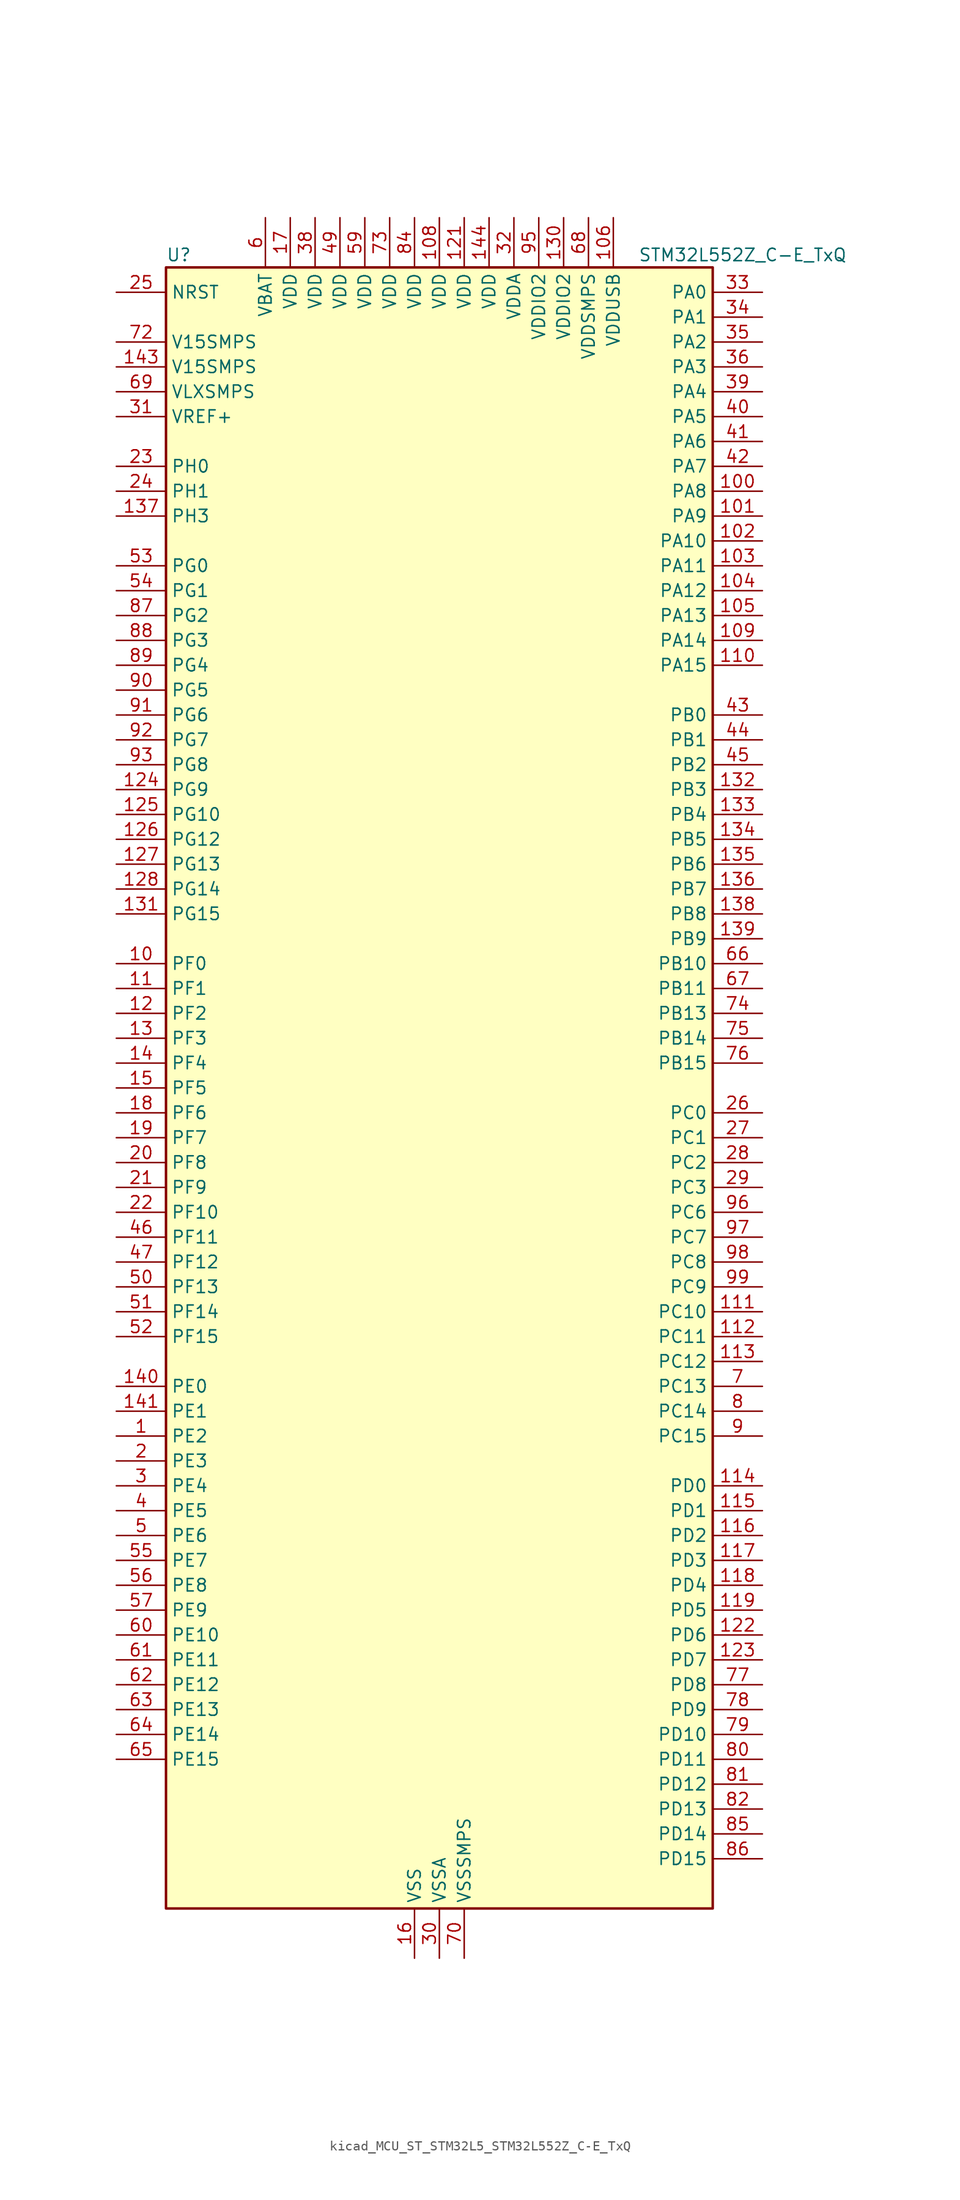
<source format=kicad_sym>
(kicad_symbol_lib
  (version 20220914)
  (generator kicad_symbol_editor)
  (symbol "kicad_MCU_ST_STM32L5_STM32L552Z_C-E_TxQ"
    (property "Reference" "U"
      (at -27.94 85.09 0)
      (effects (font (size 1.27 1.27)) (justify left)))
    (property "Value" "STM32L552Z_C-E_TxQ"
      (at 20.32 85.09 0)
      (effects (font (size 1.27 1.27)) (justify left)))
    (property "ki_locked" ""
      (at 0 0 0)
      (effects (font (size 1.27 1.27))))
    (symbol "kicad_MCU_ST_STM32L5_STM32L552Z_C-E_TxQ_0_1"
      (rectangle (start -27.94 -83.82) (end 27.94 83.82) (stroke (width 0.254) (type default)) (fill (type background))))
    (symbol "kicad_MCU_ST_STM32L5_STM32L552Z_C-E_TxQ_1_1"
      (pin bidirectional line (at -33.02 -35.56 0) (length 5.08) (name "PE2" (effects (font (size 1.27 1.27)))) (number "1" (effects (font (size 1.27 1.27)))) (alternate "DEBUG_TRACECLK" bidirectional line) (alternate "FMC_A23" bidirectional line) (alternate "SAI1_CK1" bidirectional line) (alternate "SAI1_MCLK_A" bidirectional line) (alternate "TIM3_ETR" bidirectional line) (alternate "TSC_G7_IO1" bidirectional line))
      (pin bidirectional line (at -33.02 12.7 0) (length 5.08) (name "PF0" (effects (font (size 1.27 1.27)))) (number "10" (effects (font (size 1.27 1.27)))) (alternate "FMC_A0" bidirectional line) (alternate "I2C2_SDA" bidirectional line))
      (pin bidirectional line (at 33.02 60.96 180) (length 5.08) (name "PA8" (effects (font (size 1.27 1.27)))) (number "100" (effects (font (size 1.27 1.27)))) (alternate "LPTIM2_OUT" bidirectional line) (alternate "RCC_MCO" bidirectional line) (alternate "SAI1_CK2" bidirectional line) (alternate "SAI1_SCK_A" bidirectional line) (alternate "TIM1_CH1" bidirectional line) (alternate "USART1_CK" bidirectional line))
      (pin bidirectional line (at 33.02 58.42 180) (length 5.08) (name "PA9" (effects (font (size 1.27 1.27)))) (number "101" (effects (font (size 1.27 1.27)))) (alternate "DAC1_EXTI9" bidirectional line) (alternate "SAI1_FS_A" bidirectional line) (alternate "SPI2_SCK" bidirectional line) (alternate "TIM15_BKIN" bidirectional line) (alternate "TIM1_CH2" bidirectional line) (alternate "USART1_TX" bidirectional line))
      (pin bidirectional line (at 33.02 55.88 180) (length 5.08) (name "PA10" (effects (font (size 1.27 1.27)))) (number "102" (effects (font (size 1.27 1.27)))) (alternate "CRS_SYNC" bidirectional line) (alternate "SAI1_D1" bidirectional line) (alternate "SAI1_SD_A" bidirectional line) (alternate "TIM17_BKIN" bidirectional line) (alternate "TIM1_CH3" bidirectional line) (alternate "USART1_RX" bidirectional line))
      (pin bidirectional line (at 33.02 53.34 180) (length 5.08) (name "PA11" (effects (font (size 1.27 1.27)))) (number "103" (effects (font (size 1.27 1.27)))) (alternate "ADC1_EXTI11" bidirectional line) (alternate "ADC2_EXTI11" bidirectional line) (alternate "FDCAN1_RX" bidirectional line) (alternate "SPI1_MISO" bidirectional line) (alternate "TIM1_BKIN2" bidirectional line) (alternate "TIM1_CH4" bidirectional line) (alternate "USART1_CTS" bidirectional line) (alternate "USART1_NSS" bidirectional line) (alternate "USB_DM" bidirectional line))
      (pin bidirectional line (at 33.02 50.8 180) (length 5.08) (name "PA12" (effects (font (size 1.27 1.27)))) (number "104" (effects (font (size 1.27 1.27)))) (alternate "FDCAN1_TX" bidirectional line) (alternate "SPI1_MOSI" bidirectional line) (alternate "TIM1_ETR" bidirectional line) (alternate "USART1_DE" bidirectional line) (alternate "USART1_RTS" bidirectional line) (alternate "USB_DP" bidirectional line))
      (pin bidirectional line (at 33.02 48.26 180) (length 5.08) (name "PA13" (effects (font (size 1.27 1.27)))) (number "105" (effects (font (size 1.27 1.27)))) (alternate "DEBUG_JTMS-SWDIO" bidirectional line) (alternate "IR_OUT" bidirectional line) (alternate "SAI1_SD_B" bidirectional line) (alternate "USB_NOE" bidirectional line))
      (pin power_in line (at 17.78 88.9 270) (length 5.08) (name "VDDUSB" (effects (font (size 1.27 1.27)))) (number "106" (effects (font (size 1.27 1.27)))))
      (pin passive line (at -2.54 -88.9 90) (length 5.08) hide (name "VSS" (effects (font (size 1.27 1.27)))) (number "107" (effects (font (size 1.27 1.27)))))
      (pin power_in line (at 0 88.9 270) (length 5.08) (name "VDD" (effects (font (size 1.27 1.27)))) (number "108" (effects (font (size 1.27 1.27)))))
      (pin bidirectional line (at 33.02 45.72 180) (length 5.08) (name "PA14" (effects (font (size 1.27 1.27)))) (number "109" (effects (font (size 1.27 1.27)))) (alternate "DEBUG_JTCK-SWCLK" bidirectional line) (alternate "I2C1_SMBA" bidirectional line) (alternate "I2C4_SMBA" bidirectional line) (alternate "LPTIM1_OUT" bidirectional line) (alternate "SAI1_FS_B" bidirectional line))
      (pin bidirectional line (at -33.02 10.16 0) (length 5.08) (name "PF1" (effects (font (size 1.27 1.27)))) (number "11" (effects (font (size 1.27 1.27)))) (alternate "FMC_A1" bidirectional line) (alternate "I2C2_SCL" bidirectional line))
      (pin bidirectional line (at 33.02 43.18 180) (length 5.08) (name "PA15" (effects (font (size 1.27 1.27)))) (number "110" (effects (font (size 1.27 1.27)))) (alternate "ADC1_EXTI15" bidirectional line) (alternate "ADC2_EXTI15" bidirectional line) (alternate "DEBUG_JTDI" bidirectional line) (alternate "SAI2_FS_B" bidirectional line) (alternate "SPI1_NSS" bidirectional line) (alternate "SPI3_NSS" bidirectional line) (alternate "TIM2_CH1" bidirectional line) (alternate "TIM2_ETR" bidirectional line) (alternate "UART4_DE" bidirectional line) (alternate "UART4_RTS" bidirectional line) (alternate "UCPD1_CC1" bidirectional line) (alternate "USART2_RX" bidirectional line) (alternate "USART3_DE" bidirectional line) (alternate "USART3_RTS" bidirectional line))
      (pin bidirectional line (at 33.02 -22.86 180) (length 5.08) (name "PC10" (effects (font (size 1.27 1.27)))) (number "111" (effects (font (size 1.27 1.27)))) (alternate "DEBUG_TRACED1" bidirectional line) (alternate "LPTIM3_ETR" bidirectional line) (alternate "SAI2_SCK_B" bidirectional line) (alternate "SDMMC1_D2" bidirectional line) (alternate "SPI3_SCK" bidirectional line) (alternate "TSC_G3_IO2" bidirectional line) (alternate "UART4_TX" bidirectional line) (alternate "USART3_TX" bidirectional line))
      (pin bidirectional line (at 33.02 -25.4 180) (length 5.08) (name "PC11" (effects (font (size 1.27 1.27)))) (number "112" (effects (font (size 1.27 1.27)))) (alternate "ADC1_EXTI11" bidirectional line) (alternate "ADC2_EXTI11" bidirectional line) (alternate "LPTIM3_IN1" bidirectional line) (alternate "OCTOSPI1_NCS" bidirectional line) (alternate "SAI2_MCLK_B" bidirectional line) (alternate "SDMMC1_D3" bidirectional line) (alternate "SPI3_MISO" bidirectional line) (alternate "TSC_G3_IO3" bidirectional line) (alternate "UART4_RX" bidirectional line) (alternate "UCPD1_FRSTX2" bidirectional line) (alternate "USART3_RX" bidirectional line))
      (pin bidirectional line (at 33.02 -27.94 180) (length 5.08) (name "PC12" (effects (font (size 1.27 1.27)))) (number "113" (effects (font (size 1.27 1.27)))) (alternate "DEBUG_TRACED3" bidirectional line) (alternate "SAI2_SD_B" bidirectional line) (alternate "SDMMC1_CK" bidirectional line) (alternate "SPI3_MOSI" bidirectional line) (alternate "TSC_G3_IO4" bidirectional line) (alternate "UART5_TX" bidirectional line) (alternate "USART3_CK" bidirectional line))
      (pin bidirectional line (at 33.02 -40.64 180) (length 5.08) (name "PD0" (effects (font (size 1.27 1.27)))) (number "114" (effects (font (size 1.27 1.27)))) (alternate "FDCAN1_RX" bidirectional line) (alternate "FMC_D2" bidirectional line) (alternate "FMC_DA2" bidirectional line) (alternate "SPI2_NSS" bidirectional line))
      (pin bidirectional line (at 33.02 -43.18 180) (length 5.08) (name "PD1" (effects (font (size 1.27 1.27)))) (number "115" (effects (font (size 1.27 1.27)))) (alternate "FDCAN1_TX" bidirectional line) (alternate "FMC_D3" bidirectional line) (alternate "FMC_DA3" bidirectional line) (alternate "SPI2_SCK" bidirectional line))
      (pin bidirectional line (at 33.02 -45.72 180) (length 5.08) (name "PD2" (effects (font (size 1.27 1.27)))) (number "116" (effects (font (size 1.27 1.27)))) (alternate "DEBUG_TRACED2" bidirectional line) (alternate "SDMMC1_CMD" bidirectional line) (alternate "TIM3_ETR" bidirectional line) (alternate "TSC_SYNC" bidirectional line) (alternate "UART5_RX" bidirectional line) (alternate "USART3_DE" bidirectional line) (alternate "USART3_RTS" bidirectional line))
      (pin bidirectional line (at 33.02 -48.26 180) (length 5.08) (name "PD3" (effects (font (size 1.27 1.27)))) (number "117" (effects (font (size 1.27 1.27)))) (alternate "DFSDM1_DATIN0" bidirectional line) (alternate "FMC_CLK" bidirectional line) (alternate "SPI2_MISO" bidirectional line) (alternate "SPI2_SCK" bidirectional line) (alternate "USART2_CTS" bidirectional line) (alternate "USART2_NSS" bidirectional line))
      (pin bidirectional line (at 33.02 -50.8 180) (length 5.08) (name "PD4" (effects (font (size 1.27 1.27)))) (number "118" (effects (font (size 1.27 1.27)))) (alternate "DFSDM1_CKIN0" bidirectional line) (alternate "FMC_NOE" bidirectional line) (alternate "OCTOSPI1_IO4" bidirectional line) (alternate "SPI2_MOSI" bidirectional line) (alternate "USART2_DE" bidirectional line) (alternate "USART2_RTS" bidirectional line))
      (pin bidirectional line (at 33.02 -53.34 180) (length 5.08) (name "PD5" (effects (font (size 1.27 1.27)))) (number "119" (effects (font (size 1.27 1.27)))) (alternate "FMC_NWE" bidirectional line) (alternate "OCTOSPI1_IO5" bidirectional line) (alternate "USART2_TX" bidirectional line))
      (pin bidirectional line (at -33.02 7.62 0) (length 5.08) (name "PF2" (effects (font (size 1.27 1.27)))) (number "12" (effects (font (size 1.27 1.27)))) (alternate "FMC_A2" bidirectional line) (alternate "I2C2_SMBA" bidirectional line))
      (pin passive line (at -2.54 -88.9 90) (length 5.08) hide (name "VSS" (effects (font (size 1.27 1.27)))) (number "120" (effects (font (size 1.27 1.27)))))
      (pin power_in line (at 2.54 88.9 270) (length 5.08) (name "VDD" (effects (font (size 1.27 1.27)))) (number "121" (effects (font (size 1.27 1.27)))))
      (pin bidirectional line (at 33.02 -55.88 180) (length 5.08) (name "PD6" (effects (font (size 1.27 1.27)))) (number "122" (effects (font (size 1.27 1.27)))) (alternate "DFSDM1_DATIN1" bidirectional line) (alternate "FMC_NWAIT" bidirectional line) (alternate "OCTOSPI1_IO6" bidirectional line) (alternate "SAI1_D1" bidirectional line) (alternate "SAI1_SD_A" bidirectional line) (alternate "SPI3_MOSI" bidirectional line) (alternate "USART2_RX" bidirectional line))
      (pin bidirectional line (at 33.02 -58.42 180) (length 5.08) (name "PD7" (effects (font (size 1.27 1.27)))) (number "123" (effects (font (size 1.27 1.27)))) (alternate "DFSDM1_CKIN1" bidirectional line) (alternate "FMC_NCE" bidirectional line) (alternate "FMC_NE1" bidirectional line) (alternate "OCTOSPI1_IO7" bidirectional line) (alternate "USART2_CK" bidirectional line))
      (pin bidirectional line (at -33.02 30.48 0) (length 5.08) (name "PG9" (effects (font (size 1.27 1.27)))) (number "124" (effects (font (size 1.27 1.27)))) (alternate "DAC1_EXTI9" bidirectional line) (alternate "FMC_NCE" bidirectional line) (alternate "FMC_NE2" bidirectional line) (alternate "SAI2_SCK_A" bidirectional line) (alternate "SPI3_SCK" bidirectional line) (alternate "TIM15_CH1N" bidirectional line) (alternate "USART1_TX" bidirectional line))
      (pin bidirectional line (at -33.02 27.94 0) (length 5.08) (name "PG10" (effects (font (size 1.27 1.27)))) (number "125" (effects (font (size 1.27 1.27)))) (alternate "FMC_NE3" bidirectional line) (alternate "LPTIM1_IN1" bidirectional line) (alternate "SAI2_FS_A" bidirectional line) (alternate "SPI3_MISO" bidirectional line) (alternate "TIM15_CH1" bidirectional line) (alternate "USART1_RX" bidirectional line))
      (pin bidirectional line (at -33.02 25.4 0) (length 5.08) (name "PG12" (effects (font (size 1.27 1.27)))) (number "126" (effects (font (size 1.27 1.27)))) (alternate "FMC_NE4" bidirectional line) (alternate "LPTIM1_ETR" bidirectional line) (alternate "SAI2_SD_A" bidirectional line) (alternate "SPI3_NSS" bidirectional line) (alternate "USART1_DE" bidirectional line) (alternate "USART1_RTS" bidirectional line))
      (pin bidirectional line (at -33.02 22.86 0) (length 5.08) (name "PG13" (effects (font (size 1.27 1.27)))) (number "127" (effects (font (size 1.27 1.27)))) (alternate "FMC_A24" bidirectional line) (alternate "I2C1_SDA" bidirectional line) (alternate "USART1_CK" bidirectional line))
      (pin bidirectional line (at -33.02 20.32 0) (length 5.08) (name "PG14" (effects (font (size 1.27 1.27)))) (number "128" (effects (font (size 1.27 1.27)))) (alternate "FMC_A25" bidirectional line) (alternate "I2C1_SCL" bidirectional line))
      (pin passive line (at -2.54 -88.9 90) (length 5.08) hide (name "VSS" (effects (font (size 1.27 1.27)))) (number "129" (effects (font (size 1.27 1.27)))))
      (pin bidirectional line (at -33.02 5.08 0) (length 5.08) (name "PF3" (effects (font (size 1.27 1.27)))) (number "13" (effects (font (size 1.27 1.27)))) (alternate "FMC_A3" bidirectional line) (alternate "LPTIM3_IN1" bidirectional line))
      (pin power_in line (at 12.7 88.9 270) (length 5.08) (name "VDDIO2" (effects (font (size 1.27 1.27)))) (number "130" (effects (font (size 1.27 1.27)))))
      (pin bidirectional line (at -33.02 17.78 0) (length 5.08) (name "PG15" (effects (font (size 1.27 1.27)))) (number "131" (effects (font (size 1.27 1.27)))) (alternate "ADC1_EXTI15" bidirectional line) (alternate "ADC2_EXTI15" bidirectional line) (alternate "I2C1_SMBA" bidirectional line) (alternate "LPTIM1_OUT" bidirectional line))
      (pin bidirectional line (at 33.02 30.48 180) (length 5.08) (name "PB3" (effects (font (size 1.27 1.27)))) (number "132" (effects (font (size 1.27 1.27)))) (alternate "COMP2_INM" bidirectional line) (alternate "CRS_SYNC" bidirectional line) (alternate "DEBUG_JTDO-SWO" bidirectional line) (alternate "SAI1_SCK_B" bidirectional line) (alternate "SPI1_SCK" bidirectional line) (alternate "SPI3_SCK" bidirectional line) (alternate "TIM2_CH2" bidirectional line) (alternate "USART1_DE" bidirectional line) (alternate "USART1_RTS" bidirectional line))
      (pin bidirectional line (at 33.02 27.94 180) (length 5.08) (name "PB4" (effects (font (size 1.27 1.27)))) (number "133" (effects (font (size 1.27 1.27)))) (alternate "COMP2_INP" bidirectional line) (alternate "DEBUG_JTRST" bidirectional line) (alternate "I2C3_SDA" bidirectional line) (alternate "SAI1_MCLK_B" bidirectional line) (alternate "SPI1_MISO" bidirectional line) (alternate "SPI3_MISO" bidirectional line) (alternate "TIM17_BKIN" bidirectional line) (alternate "TIM3_CH1" bidirectional line) (alternate "TSC_G2_IO1" bidirectional line) (alternate "UART5_DE" bidirectional line) (alternate "UART5_RTS" bidirectional line) (alternate "USART1_CTS" bidirectional line) (alternate "USART1_NSS" bidirectional line))
      (pin bidirectional line (at 33.02 25.4 180) (length 5.08) (name "PB5" (effects (font (size 1.27 1.27)))) (number "134" (effects (font (size 1.27 1.27)))) (alternate "COMP2_OUT" bidirectional line) (alternate "I2C1_SMBA" bidirectional line) (alternate "LPTIM1_IN1" bidirectional line) (alternate "OCTOSPI1_NCLK" bidirectional line) (alternate "SAI1_SD_B" bidirectional line) (alternate "SPI1_MOSI" bidirectional line) (alternate "SPI3_MOSI" bidirectional line) (alternate "TIM16_BKIN" bidirectional line) (alternate "TIM3_CH2" bidirectional line) (alternate "TSC_G2_IO2" bidirectional line) (alternate "UART5_CTS" bidirectional line) (alternate "UCPD1_DBCC1" bidirectional line) (alternate "USART1_CK" bidirectional line))
      (pin bidirectional line (at 33.02 22.86 180) (length 5.08) (name "PB6" (effects (font (size 1.27 1.27)))) (number "135" (effects (font (size 1.27 1.27)))) (alternate "COMP2_INP" bidirectional line) (alternate "I2C1_SCL" bidirectional line) (alternate "I2C4_SCL" bidirectional line) (alternate "LPTIM1_ETR" bidirectional line) (alternate "SAI1_FS_B" bidirectional line) (alternate "TIM16_CH1N" bidirectional line) (alternate "TIM4_CH1" bidirectional line) (alternate "TIM8_BKIN2" bidirectional line) (alternate "TSC_G2_IO3" bidirectional line) (alternate "USART1_TX" bidirectional line))
      (pin bidirectional line (at 33.02 20.32 180) (length 5.08) (name "PB7" (effects (font (size 1.27 1.27)))) (number "136" (effects (font (size 1.27 1.27)))) (alternate "COMP2_INM" bidirectional line) (alternate "FMC_NL" bidirectional line) (alternate "I2C1_SDA" bidirectional line) (alternate "I2C4_SDA" bidirectional line) (alternate "LPTIM1_IN2" bidirectional line) (alternate "PWR_PVD_IN" bidirectional line) (alternate "TIM17_CH1N" bidirectional line) (alternate "TIM4_CH2" bidirectional line) (alternate "TIM8_BKIN" bidirectional line) (alternate "TSC_G2_IO4" bidirectional line) (alternate "UART4_CTS" bidirectional line) (alternate "USART1_RX" bidirectional line))
      (pin bidirectional line (at -33.02 58.42 0) (length 5.08) (name "PH3" (effects (font (size 1.27 1.27)))) (number "137" (effects (font (size 1.27 1.27)))))
      (pin bidirectional line (at 33.02 17.78 180) (length 5.08) (name "PB8" (effects (font (size 1.27 1.27)))) (number "138" (effects (font (size 1.27 1.27)))) (alternate "DFSDM1_CKOUT" bidirectional line) (alternate "FDCAN1_RX" bidirectional line) (alternate "I2C1_SCL" bidirectional line) (alternate "SAI1_CK1" bidirectional line) (alternate "SAI1_MCLK_A" bidirectional line) (alternate "SDMMC1_CKIN" bidirectional line) (alternate "SDMMC1_D4" bidirectional line) (alternate "TIM16_CH1" bidirectional line) (alternate "TIM4_CH3" bidirectional line))
      (pin bidirectional line (at 33.02 15.24 180) (length 5.08) (name "PB9" (effects (font (size 1.27 1.27)))) (number "139" (effects (font (size 1.27 1.27)))) (alternate "DAC1_EXTI9" bidirectional line) (alternate "FDCAN1_TX" bidirectional line) (alternate "I2C1_SDA" bidirectional line) (alternate "IR_OUT" bidirectional line) (alternate "SAI1_D2" bidirectional line) (alternate "SAI1_FS_A" bidirectional line) (alternate "SDMMC1_CDIR" bidirectional line) (alternate "SDMMC1_D5" bidirectional line) (alternate "SPI2_NSS" bidirectional line) (alternate "TIM17_CH1" bidirectional line) (alternate "TIM4_CH4" bidirectional line))
      (pin bidirectional line (at -33.02 2.54 0) (length 5.08) (name "PF4" (effects (font (size 1.27 1.27)))) (number "14" (effects (font (size 1.27 1.27)))) (alternate "FMC_A4" bidirectional line) (alternate "LPTIM3_ETR" bidirectional line))
      (pin bidirectional line (at -33.02 -30.48 0) (length 5.08) (name "PE0" (effects (font (size 1.27 1.27)))) (number "140" (effects (font (size 1.27 1.27)))) (alternate "FMC_NBL0" bidirectional line) (alternate "TIM16_CH1" bidirectional line) (alternate "TIM4_ETR" bidirectional line))
      (pin bidirectional line (at -33.02 -33.02 0) (length 5.08) (name "PE1" (effects (font (size 1.27 1.27)))) (number "141" (effects (font (size 1.27 1.27)))) (alternate "FMC_NBL1" bidirectional line) (alternate "TIM17_CH1" bidirectional line))
      (pin passive line (at -2.54 -88.9 90) (length 5.08) hide (name "VSS" (effects (font (size 1.27 1.27)))) (number "142" (effects (font (size 1.27 1.27)))))
      (pin power_in line (at -33.02 73.66 0) (length 5.08) (name "V15SMPS" (effects (font (size 1.27 1.27)))) (number "143" (effects (font (size 1.27 1.27)))))
      (pin power_in line (at 5.08 88.9 270) (length 5.08) (name "VDD" (effects (font (size 1.27 1.27)))) (number "144" (effects (font (size 1.27 1.27)))))
      (pin bidirectional line (at -33.02 0 0) (length 5.08) (name "PF5" (effects (font (size 1.27 1.27)))) (number "15" (effects (font (size 1.27 1.27)))) (alternate "FMC_A5" bidirectional line) (alternate "LPTIM3_OUT" bidirectional line))
      (pin power_in line (at -2.54 -88.9 90) (length 5.08) (name "VSS" (effects (font (size 1.27 1.27)))) (number "16" (effects (font (size 1.27 1.27)))))
      (pin power_in line (at -15.24 88.9 270) (length 5.08) (name "VDD" (effects (font (size 1.27 1.27)))) (number "17" (effects (font (size 1.27 1.27)))))
      (pin bidirectional line (at -33.02 -2.54 0) (length 5.08) (name "PF6" (effects (font (size 1.27 1.27)))) (number "18" (effects (font (size 1.27 1.27)))) (alternate "OCTOSPI1_IO3" bidirectional line) (alternate "SAI1_SD_B" bidirectional line) (alternate "TIM5_CH1" bidirectional line) (alternate "TIM5_ETR" bidirectional line))
      (pin bidirectional line (at -33.02 -5.08 0) (length 5.08) (name "PF7" (effects (font (size 1.27 1.27)))) (number "19" (effects (font (size 1.27 1.27)))) (alternate "OCTOSPI1_IO2" bidirectional line) (alternate "SAI1_MCLK_B" bidirectional line) (alternate "TAMP_IN6" bidirectional line) (alternate "TAMP_OUT3" bidirectional line) (alternate "TIM5_CH2" bidirectional line))
      (pin bidirectional line (at -33.02 -38.1 0) (length 5.08) (name "PE3" (effects (font (size 1.27 1.27)))) (number "2" (effects (font (size 1.27 1.27)))) (alternate "DEBUG_TRACED0" bidirectional line) (alternate "FMC_A19" bidirectional line) (alternate "OCTOSPI1_DQS" bidirectional line) (alternate "SAI1_SD_B" bidirectional line) (alternate "TIM3_CH1" bidirectional line) (alternate "TSC_G7_IO2" bidirectional line))
      (pin bidirectional line (at -33.02 -7.62 0) (length 5.08) (name "PF8" (effects (font (size 1.27 1.27)))) (number "20" (effects (font (size 1.27 1.27)))) (alternate "OCTOSPI1_IO0" bidirectional line) (alternate "SAI1_SCK_B" bidirectional line) (alternate "TAMP_IN7" bidirectional line) (alternate "TAMP_OUT8" bidirectional line) (alternate "TIM5_CH3" bidirectional line))
      (pin bidirectional line (at -33.02 -10.16 0) (length 5.08) (name "PF9" (effects (font (size 1.27 1.27)))) (number "21" (effects (font (size 1.27 1.27)))) (alternate "DAC1_EXTI9" bidirectional line) (alternate "OCTOSPI1_IO1" bidirectional line) (alternate "SAI1_FS_B" bidirectional line) (alternate "TAMP_IN8" bidirectional line) (alternate "TAMP_OUT7" bidirectional line) (alternate "TIM15_CH1" bidirectional line) (alternate "TIM5_CH4" bidirectional line))
      (pin bidirectional line (at -33.02 -12.7 0) (length 5.08) (name "PF10" (effects (font (size 1.27 1.27)))) (number "22" (effects (font (size 1.27 1.27)))) (alternate "DFSDM1_CKOUT" bidirectional line) (alternate "OCTOSPI1_CLK" bidirectional line) (alternate "SAI1_D3" bidirectional line) (alternate "TIM15_CH2" bidirectional line))
      (pin bidirectional line (at -33.02 63.5 0) (length 5.08) (name "PH0" (effects (font (size 1.27 1.27)))) (number "23" (effects (font (size 1.27 1.27)))) (alternate "RCC_OSC_IN" bidirectional line))
      (pin bidirectional line (at -33.02 60.96 0) (length 5.08) (name "PH1" (effects (font (size 1.27 1.27)))) (number "24" (effects (font (size 1.27 1.27)))) (alternate "RCC_OSC_OUT" bidirectional line))
      (pin input line (at -33.02 81.28 0) (length 5.08) (name "NRST" (effects (font (size 1.27 1.27)))) (number "25" (effects (font (size 1.27 1.27)))))
      (pin bidirectional line (at 33.02 -2.54 180) (length 5.08) (name "PC0" (effects (font (size 1.27 1.27)))) (number "26" (effects (font (size 1.27 1.27)))) (alternate "ADC1_IN1" bidirectional line) (alternate "ADC2_IN1" bidirectional line) (alternate "I2C3_SCL" bidirectional line) (alternate "LPTIM1_IN1" bidirectional line) (alternate "LPTIM2_IN1" bidirectional line) (alternate "LPUART1_RX" bidirectional line) (alternate "OCTOSPI1_IO7" bidirectional line) (alternate "SAI2_FS_A" bidirectional line) (alternate "SDMMC1_D5" bidirectional line))
      (pin bidirectional line (at 33.02 -5.08 180) (length 5.08) (name "PC1" (effects (font (size 1.27 1.27)))) (number "27" (effects (font (size 1.27 1.27)))) (alternate "ADC1_IN2" bidirectional line) (alternate "ADC2_IN2" bidirectional line) (alternate "DEBUG_TRACED0" bidirectional line) (alternate "I2C3_SDA" bidirectional line) (alternate "LPTIM1_OUT" bidirectional line) (alternate "LPUART1_TX" bidirectional line) (alternate "OCTOSPI1_IO4" bidirectional line) (alternate "SAI1_SD_A" bidirectional line) (alternate "SPI2_MOSI" bidirectional line))
      (pin bidirectional line (at 33.02 -7.62 180) (length 5.08) (name "PC2" (effects (font (size 1.27 1.27)))) (number "28" (effects (font (size 1.27 1.27)))) (alternate "ADC1_IN3" bidirectional line) (alternate "ADC2_IN3" bidirectional line) (alternate "DFSDM1_CKOUT" bidirectional line) (alternate "LPTIM1_IN2" bidirectional line) (alternate "OCTOSPI1_IO5" bidirectional line) (alternate "SPI2_MISO" bidirectional line))
      (pin bidirectional line (at 33.02 -10.16 180) (length 5.08) (name "PC3" (effects (font (size 1.27 1.27)))) (number "29" (effects (font (size 1.27 1.27)))) (alternate "ADC1_IN4" bidirectional line) (alternate "ADC2_IN4" bidirectional line) (alternate "LPTIM1_ETR" bidirectional line) (alternate "LPTIM2_ETR" bidirectional line) (alternate "LPTIM3_OUT" bidirectional line) (alternate "OCTOSPI1_IO6" bidirectional line) (alternate "SAI1_D1" bidirectional line) (alternate "SAI1_SD_A" bidirectional line) (alternate "SPI2_MOSI" bidirectional line))
      (pin bidirectional line (at -33.02 -40.64 0) (length 5.08) (name "PE4" (effects (font (size 1.27 1.27)))) (number "3" (effects (font (size 1.27 1.27)))) (alternate "DEBUG_TRACED1" bidirectional line) (alternate "DFSDM1_DATIN3" bidirectional line) (alternate "FMC_A20" bidirectional line) (alternate "SAI1_D2" bidirectional line) (alternate "SAI1_FS_A" bidirectional line) (alternate "TIM3_CH2" bidirectional line) (alternate "TSC_G7_IO3" bidirectional line))
      (pin power_in line (at 0 -88.9 90) (length 5.08) (name "VSSA" (effects (font (size 1.27 1.27)))) (number "30" (effects (font (size 1.27 1.27)))))
      (pin input line (at -33.02 68.58 0) (length 5.08) (name "VREF+" (effects (font (size 1.27 1.27)))) (number "31" (effects (font (size 1.27 1.27)))))
      (pin power_in line (at 7.62 88.9 270) (length 5.08) (name "VDDA" (effects (font (size 1.27 1.27)))) (number "32" (effects (font (size 1.27 1.27)))))
      (pin bidirectional line (at 33.02 81.28 180) (length 5.08) (name "PA0" (effects (font (size 1.27 1.27)))) (number "33" (effects (font (size 1.27 1.27)))) (alternate "ADC1_IN5" bidirectional line) (alternate "ADC2_IN5" bidirectional line) (alternate "OPAMP1_VINP" bidirectional line) (alternate "PWR_WKUP1" bidirectional line) (alternate "SAI1_EXTCLK" bidirectional line) (alternate "TAMP_IN2" bidirectional line) (alternate "TAMP_OUT1" bidirectional line) (alternate "TIM2_CH1" bidirectional line) (alternate "TIM2_ETR" bidirectional line) (alternate "TIM5_CH1" bidirectional line) (alternate "TIM8_ETR" bidirectional line) (alternate "UART4_TX" bidirectional line) (alternate "USART2_CTS" bidirectional line) (alternate "USART2_NSS" bidirectional line))
      (pin bidirectional line (at 33.02 78.74 180) (length 5.08) (name "PA1" (effects (font (size 1.27 1.27)))) (number "34" (effects (font (size 1.27 1.27)))) (alternate "ADC1_IN6" bidirectional line) (alternate "ADC2_IN6" bidirectional line) (alternate "I2C1_SMBA" bidirectional line) (alternate "OCTOSPI1_DQS" bidirectional line) (alternate "OPAMP1_VINM" bidirectional line) (alternate "SPI1_SCK" bidirectional line) (alternate "TAMP_IN5" bidirectional line) (alternate "TAMP_OUT4" bidirectional line) (alternate "TIM15_CH1N" bidirectional line) (alternate "TIM2_CH2" bidirectional line) (alternate "TIM5_CH2" bidirectional line) (alternate "UART4_RX" bidirectional line) (alternate "USART2_DE" bidirectional line) (alternate "USART2_RTS" bidirectional line))
      (pin bidirectional line (at 33.02 76.2 180) (length 5.08) (name "PA2" (effects (font (size 1.27 1.27)))) (number "35" (effects (font (size 1.27 1.27)))) (alternate "ADC1_IN7" bidirectional line) (alternate "ADC2_IN7" bidirectional line) (alternate "COMP1_INP" bidirectional line) (alternate "LPUART1_TX" bidirectional line) (alternate "OCTOSPI1_NCS" bidirectional line) (alternate "PWR_WKUP4" bidirectional line) (alternate "RCC_LSCO" bidirectional line) (alternate "SAI2_EXTCLK" bidirectional line) (alternate "TIM15_CH1" bidirectional line) (alternate "TIM2_CH3" bidirectional line) (alternate "TIM5_CH3" bidirectional line) (alternate "UCPD1_FRSTX1" bidirectional line) (alternate "USART2_TX" bidirectional line))
      (pin bidirectional line (at 33.02 73.66 180) (length 5.08) (name "PA3" (effects (font (size 1.27 1.27)))) (number "36" (effects (font (size 1.27 1.27)))) (alternate "ADC1_IN8" bidirectional line) (alternate "ADC2_IN8" bidirectional line) (alternate "LPUART1_RX" bidirectional line) (alternate "OCTOSPI1_CLK" bidirectional line) (alternate "OPAMP1_VOUT" bidirectional line) (alternate "SAI1_CK1" bidirectional line) (alternate "SAI1_MCLK_A" bidirectional line) (alternate "TIM15_CH2" bidirectional line) (alternate "TIM2_CH4" bidirectional line) (alternate "TIM5_CH4" bidirectional line) (alternate "USART2_RX" bidirectional line))
      (pin passive line (at -2.54 -88.9 90) (length 5.08) hide (name "VSS" (effects (font (size 1.27 1.27)))) (number "37" (effects (font (size 1.27 1.27)))))
      (pin power_in line (at -12.7 88.9 270) (length 5.08) (name "VDD" (effects (font (size 1.27 1.27)))) (number "38" (effects (font (size 1.27 1.27)))))
      (pin bidirectional line (at 33.02 71.12 180) (length 5.08) (name "PA4" (effects (font (size 1.27 1.27)))) (number "39" (effects (font (size 1.27 1.27)))) (alternate "ADC1_IN9" bidirectional line) (alternate "ADC2_IN9" bidirectional line) (alternate "DAC1_OUT1" bidirectional line) (alternate "LPTIM2_OUT" bidirectional line) (alternate "OCTOSPI1_NCS" bidirectional line) (alternate "SAI1_FS_B" bidirectional line) (alternate "SPI1_NSS" bidirectional line) (alternate "SPI3_NSS" bidirectional line) (alternate "USART2_CK" bidirectional line))
      (pin bidirectional line (at -33.02 -43.18 0) (length 5.08) (name "PE5" (effects (font (size 1.27 1.27)))) (number "4" (effects (font (size 1.27 1.27)))) (alternate "DEBUG_TRACED2" bidirectional line) (alternate "DFSDM1_CKIN3" bidirectional line) (alternate "FMC_A21" bidirectional line) (alternate "SAI1_CK2" bidirectional line) (alternate "SAI1_SCK_A" bidirectional line) (alternate "TIM3_CH3" bidirectional line) (alternate "TSC_G7_IO4" bidirectional line))
      (pin bidirectional line (at 33.02 68.58 180) (length 5.08) (name "PA5" (effects (font (size 1.27 1.27)))) (number "40" (effects (font (size 1.27 1.27)))) (alternate "ADC1_IN10" bidirectional line) (alternate "ADC2_IN10" bidirectional line) (alternate "DAC1_OUT2" bidirectional line) (alternate "LPTIM2_ETR" bidirectional line) (alternate "SPI1_SCK" bidirectional line) (alternate "TIM2_CH1" bidirectional line) (alternate "TIM2_ETR" bidirectional line) (alternate "TIM8_CH1N" bidirectional line))
      (pin bidirectional line (at 33.02 66.04 180) (length 5.08) (name "PA6" (effects (font (size 1.27 1.27)))) (number "41" (effects (font (size 1.27 1.27)))) (alternate "ADC1_IN11" bidirectional line) (alternate "ADC2_IN11" bidirectional line) (alternate "LPUART1_CTS" bidirectional line) (alternate "OCTOSPI1_IO3" bidirectional line) (alternate "OPAMP2_VINP" bidirectional line) (alternate "SPI1_MISO" bidirectional line) (alternate "TIM16_CH1" bidirectional line) (alternate "TIM1_BKIN" bidirectional line) (alternate "TIM3_CH1" bidirectional line) (alternate "TIM8_BKIN" bidirectional line) (alternate "USART3_CTS" bidirectional line) (alternate "USART3_NSS" bidirectional line))
      (pin bidirectional line (at 33.02 63.5 180) (length 5.08) (name "PA7" (effects (font (size 1.27 1.27)))) (number "42" (effects (font (size 1.27 1.27)))) (alternate "ADC1_IN12" bidirectional line) (alternate "ADC2_IN12" bidirectional line) (alternate "I2C3_SCL" bidirectional line) (alternate "OCTOSPI1_IO2" bidirectional line) (alternate "OPAMP2_VINM" bidirectional line) (alternate "SPI1_MOSI" bidirectional line) (alternate "TIM17_CH1" bidirectional line) (alternate "TIM1_CH1N" bidirectional line) (alternate "TIM3_CH2" bidirectional line) (alternate "TIM8_CH1N" bidirectional line))
      (pin bidirectional line (at 33.02 38.1 180) (length 5.08) (name "PB0" (effects (font (size 1.27 1.27)))) (number "43" (effects (font (size 1.27 1.27)))) (alternate "ADC1_IN15" bidirectional line) (alternate "ADC2_IN15" bidirectional line) (alternate "COMP1_OUT" bidirectional line) (alternate "OCTOSPI1_IO1" bidirectional line) (alternate "OPAMP2_VOUT" bidirectional line) (alternate "SAI1_EXTCLK" bidirectional line) (alternate "SPI1_NSS" bidirectional line) (alternate "TIM1_CH2N" bidirectional line) (alternate "TIM3_CH3" bidirectional line) (alternate "TIM8_CH2N" bidirectional line) (alternate "USART3_CK" bidirectional line))
      (pin bidirectional line (at 33.02 35.56 180) (length 5.08) (name "PB1" (effects (font (size 1.27 1.27)))) (number "44" (effects (font (size 1.27 1.27)))) (alternate "ADC1_IN16" bidirectional line) (alternate "ADC2_IN16" bidirectional line) (alternate "COMP1_INM" bidirectional line) (alternate "DFSDM1_DATIN0" bidirectional line) (alternate "LPTIM2_IN1" bidirectional line) (alternate "LPUART1_DE" bidirectional line) (alternate "LPUART1_RTS" bidirectional line) (alternate "OCTOSPI1_IO0" bidirectional line) (alternate "TIM1_CH3N" bidirectional line) (alternate "TIM3_CH4" bidirectional line) (alternate "TIM8_CH3N" bidirectional line) (alternate "USART3_DE" bidirectional line) (alternate "USART3_RTS" bidirectional line))
      (pin bidirectional line (at 33.02 33.02 180) (length 5.08) (name "PB2" (effects (font (size 1.27 1.27)))) (number "45" (effects (font (size 1.27 1.27)))) (alternate "COMP1_INP" bidirectional line) (alternate "DFSDM1_CKIN0" bidirectional line) (alternate "I2C3_SMBA" bidirectional line) (alternate "LPTIM1_OUT" bidirectional line) (alternate "OCTOSPI1_DQS" bidirectional line) (alternate "RTC_OUT2" bidirectional line) (alternate "UCPD1_FRSTX1" bidirectional line))
      (pin bidirectional line (at -33.02 -15.24 0) (length 5.08) (name "PF11" (effects (font (size 1.27 1.27)))) (number "46" (effects (font (size 1.27 1.27)))) (alternate "ADC1_EXTI11" bidirectional line) (alternate "ADC2_EXTI11" bidirectional line) (alternate "OCTOSPI1_NCLK" bidirectional line))
      (pin bidirectional line (at -33.02 -17.78 0) (length 5.08) (name "PF12" (effects (font (size 1.27 1.27)))) (number "47" (effects (font (size 1.27 1.27)))) (alternate "FMC_A6" bidirectional line))
      (pin passive line (at -2.54 -88.9 90) (length 5.08) hide (name "VSS" (effects (font (size 1.27 1.27)))) (number "48" (effects (font (size 1.27 1.27)))))
      (pin power_in line (at -10.16 88.9 270) (length 5.08) (name "VDD" (effects (font (size 1.27 1.27)))) (number "49" (effects (font (size 1.27 1.27)))))
      (pin bidirectional line (at -33.02 -45.72 0) (length 5.08) (name "PE6" (effects (font (size 1.27 1.27)))) (number "5" (effects (font (size 1.27 1.27)))) (alternate "DEBUG_TRACED3" bidirectional line) (alternate "FMC_A22" bidirectional line) (alternate "PWR_WKUP3" bidirectional line) (alternate "SAI1_D1" bidirectional line) (alternate "SAI1_SD_A" bidirectional line) (alternate "TAMP_IN3" bidirectional line) (alternate "TAMP_OUT6" bidirectional line) (alternate "TIM3_CH4" bidirectional line))
      (pin bidirectional line (at -33.02 -20.32 0) (length 5.08) (name "PF13" (effects (font (size 1.27 1.27)))) (number "50" (effects (font (size 1.27 1.27)))) (alternate "FMC_A7" bidirectional line) (alternate "I2C4_SMBA" bidirectional line))
      (pin bidirectional line (at -33.02 -22.86 0) (length 5.08) (name "PF14" (effects (font (size 1.27 1.27)))) (number "51" (effects (font (size 1.27 1.27)))) (alternate "FMC_A8" bidirectional line) (alternate "I2C4_SCL" bidirectional line) (alternate "TSC_G8_IO1" bidirectional line))
      (pin bidirectional line (at -33.02 -25.4 0) (length 5.08) (name "PF15" (effects (font (size 1.27 1.27)))) (number "52" (effects (font (size 1.27 1.27)))) (alternate "ADC1_EXTI15" bidirectional line) (alternate "ADC2_EXTI15" bidirectional line) (alternate "FMC_A9" bidirectional line) (alternate "I2C4_SDA" bidirectional line) (alternate "TSC_G8_IO2" bidirectional line))
      (pin bidirectional line (at -33.02 53.34 0) (length 5.08) (name "PG0" (effects (font (size 1.27 1.27)))) (number "53" (effects (font (size 1.27 1.27)))) (alternate "FMC_A10" bidirectional line) (alternate "TSC_G8_IO3" bidirectional line))
      (pin bidirectional line (at -33.02 50.8 0) (length 5.08) (name "PG1" (effects (font (size 1.27 1.27)))) (number "54" (effects (font (size 1.27 1.27)))) (alternate "FMC_A11" bidirectional line) (alternate "TSC_G8_IO4" bidirectional line))
      (pin bidirectional line (at -33.02 -48.26 0) (length 5.08) (name "PE7" (effects (font (size 1.27 1.27)))) (number "55" (effects (font (size 1.27 1.27)))) (alternate "DFSDM1_DATIN2" bidirectional line) (alternate "FMC_D4" bidirectional line) (alternate "FMC_DA4" bidirectional line) (alternate "SAI1_SD_B" bidirectional line) (alternate "TIM1_ETR" bidirectional line))
      (pin bidirectional line (at -33.02 -50.8 0) (length 5.08) (name "PE8" (effects (font (size 1.27 1.27)))) (number "56" (effects (font (size 1.27 1.27)))) (alternate "DFSDM1_CKIN2" bidirectional line) (alternate "FMC_D5" bidirectional line) (alternate "FMC_DA5" bidirectional line) (alternate "SAI1_SCK_B" bidirectional line) (alternate "TIM1_CH1N" bidirectional line))
      (pin bidirectional line (at -33.02 -53.34 0) (length 5.08) (name "PE9" (effects (font (size 1.27 1.27)))) (number "57" (effects (font (size 1.27 1.27)))) (alternate "DAC1_EXTI9" bidirectional line) (alternate "DFSDM1_CKOUT" bidirectional line) (alternate "FMC_D6" bidirectional line) (alternate "FMC_DA6" bidirectional line) (alternate "OCTOSPI1_NCLK" bidirectional line) (alternate "SAI1_FS_B" bidirectional line) (alternate "TIM1_CH1" bidirectional line))
      (pin passive line (at -2.54 -88.9 90) (length 5.08) hide (name "VSS" (effects (font (size 1.27 1.27)))) (number "58" (effects (font (size 1.27 1.27)))))
      (pin power_in line (at -7.62 88.9 270) (length 5.08) (name "VDD" (effects (font (size 1.27 1.27)))) (number "59" (effects (font (size 1.27 1.27)))))
      (pin power_in line (at -17.78 88.9 270) (length 5.08) (name "VBAT" (effects (font (size 1.27 1.27)))) (number "6" (effects (font (size 1.27 1.27)))))
      (pin bidirectional line (at -33.02 -55.88 0) (length 5.08) (name "PE10" (effects (font (size 1.27 1.27)))) (number "60" (effects (font (size 1.27 1.27)))) (alternate "FMC_D7" bidirectional line) (alternate "FMC_DA7" bidirectional line) (alternate "OCTOSPI1_CLK" bidirectional line) (alternate "SAI1_MCLK_B" bidirectional line) (alternate "TIM1_CH2N" bidirectional line) (alternate "TSC_G5_IO1" bidirectional line))
      (pin bidirectional line (at -33.02 -58.42 0) (length 5.08) (name "PE11" (effects (font (size 1.27 1.27)))) (number "61" (effects (font (size 1.27 1.27)))) (alternate "ADC1_EXTI11" bidirectional line) (alternate "ADC2_EXTI11" bidirectional line) (alternate "FMC_D8" bidirectional line) (alternate "FMC_DA8" bidirectional line) (alternate "OCTOSPI1_NCS" bidirectional line) (alternate "TIM1_CH2" bidirectional line) (alternate "TSC_G5_IO2" bidirectional line))
      (pin bidirectional line (at -33.02 -60.96 0) (length 5.08) (name "PE12" (effects (font (size 1.27 1.27)))) (number "62" (effects (font (size 1.27 1.27)))) (alternate "FMC_D9" bidirectional line) (alternate "FMC_DA9" bidirectional line) (alternate "OCTOSPI1_IO0" bidirectional line) (alternate "SPI1_NSS" bidirectional line) (alternate "TIM1_CH3N" bidirectional line) (alternate "TSC_G5_IO3" bidirectional line))
      (pin bidirectional line (at -33.02 -63.5 0) (length 5.08) (name "PE13" (effects (font (size 1.27 1.27)))) (number "63" (effects (font (size 1.27 1.27)))) (alternate "FMC_D10" bidirectional line) (alternate "FMC_DA10" bidirectional line) (alternate "OCTOSPI1_IO1" bidirectional line) (alternate "SPI1_SCK" bidirectional line) (alternate "TIM1_CH3" bidirectional line) (alternate "TSC_G5_IO4" bidirectional line))
      (pin bidirectional line (at -33.02 -66.04 0) (length 5.08) (name "PE14" (effects (font (size 1.27 1.27)))) (number "64" (effects (font (size 1.27 1.27)))) (alternate "FMC_D11" bidirectional line) (alternate "FMC_DA11" bidirectional line) (alternate "OCTOSPI1_IO2" bidirectional line) (alternate "SPI1_MISO" bidirectional line) (alternate "TIM1_BKIN2" bidirectional line) (alternate "TIM1_CH4" bidirectional line))
      (pin bidirectional line (at -33.02 -68.58 0) (length 5.08) (name "PE15" (effects (font (size 1.27 1.27)))) (number "65" (effects (font (size 1.27 1.27)))) (alternate "ADC1_EXTI15" bidirectional line) (alternate "ADC2_EXTI15" bidirectional line) (alternate "FMC_D12" bidirectional line) (alternate "FMC_DA12" bidirectional line) (alternate "OCTOSPI1_IO3" bidirectional line) (alternate "SPI1_MOSI" bidirectional line) (alternate "TIM1_BKIN" bidirectional line))
      (pin bidirectional line (at 33.02 12.7 180) (length 5.08) (name "PB10" (effects (font (size 1.27 1.27)))) (number "66" (effects (font (size 1.27 1.27)))) (alternate "COMP1_OUT" bidirectional line) (alternate "I2C2_SCL" bidirectional line) (alternate "I2C4_SCL" bidirectional line) (alternate "LPTIM3_OUT" bidirectional line) (alternate "LPUART1_RX" bidirectional line) (alternate "OCTOSPI1_CLK" bidirectional line) (alternate "SAI1_SCK_A" bidirectional line) (alternate "SPI2_SCK" bidirectional line) (alternate "TIM2_CH3" bidirectional line) (alternate "TSC_SYNC" bidirectional line) (alternate "USART3_TX" bidirectional line))
      (pin bidirectional line (at 33.02 10.16 180) (length 5.08) (name "PB11" (effects (font (size 1.27 1.27)))) (number "67" (effects (font (size 1.27 1.27)))) (alternate "ADC1_EXTI11" bidirectional line) (alternate "ADC2_EXTI11" bidirectional line) (alternate "COMP2_OUT" bidirectional line) (alternate "I2C2_SDA" bidirectional line) (alternate "I2C4_SDA" bidirectional line) (alternate "LPUART1_TX" bidirectional line) (alternate "OCTOSPI1_NCS" bidirectional line) (alternate "TIM2_CH4" bidirectional line) (alternate "USART3_RX" bidirectional line))
      (pin power_in line (at 15.24 88.9 270) (length 5.08) (name "VDDSMPS" (effects (font (size 1.27 1.27)))) (number "68" (effects (font (size 1.27 1.27)))))
      (pin power_in line (at -33.02 71.12 0) (length 5.08) (name "VLXSMPS" (effects (font (size 1.27 1.27)))) (number "69" (effects (font (size 1.27 1.27)))))
      (pin bidirectional line (at 33.02 -30.48 180) (length 5.08) (name "PC13" (effects (font (size 1.27 1.27)))) (number "7" (effects (font (size 1.27 1.27)))) (alternate "PWR_WKUP2" bidirectional line) (alternate "RTC_OUT1" bidirectional line) (alternate "RTC_TS" bidirectional line) (alternate "TAMP_IN1" bidirectional line) (alternate "TAMP_OUT2" bidirectional line))
      (pin power_in line (at 2.54 -88.9 90) (length 5.08) (name "VSSSMPS" (effects (font (size 1.27 1.27)))) (number "70" (effects (font (size 1.27 1.27)))))
      (pin passive line (at -2.54 -88.9 90) (length 5.08) hide (name "VSS" (effects (font (size 1.27 1.27)))) (number "71" (effects (font (size 1.27 1.27)))))
      (pin power_in line (at -33.02 76.2 0) (length 5.08) (name "V15SMPS" (effects (font (size 1.27 1.27)))) (number "72" (effects (font (size 1.27 1.27)))))
      (pin power_in line (at -5.08 88.9 270) (length 5.08) (name "VDD" (effects (font (size 1.27 1.27)))) (number "73" (effects (font (size 1.27 1.27)))))
      (pin bidirectional line (at 33.02 7.62 180) (length 5.08) (name "PB13" (effects (font (size 1.27 1.27)))) (number "74" (effects (font (size 1.27 1.27)))) (alternate "DFSDM1_CKIN1" bidirectional line) (alternate "I2C2_SCL" bidirectional line) (alternate "LPTIM3_IN1" bidirectional line) (alternate "LPUART1_CTS" bidirectional line) (alternate "SAI2_SCK_A" bidirectional line) (alternate "SPI2_SCK" bidirectional line) (alternate "TIM15_CH1N" bidirectional line) (alternate "TIM1_CH1N" bidirectional line) (alternate "TSC_G1_IO2" bidirectional line) (alternate "UCPD1_FRSTX2" bidirectional line) (alternate "USART3_CTS" bidirectional line) (alternate "USART3_NSS" bidirectional line))
      (pin bidirectional line (at 33.02 5.08 180) (length 5.08) (name "PB14" (effects (font (size 1.27 1.27)))) (number "75" (effects (font (size 1.27 1.27)))) (alternate "DFSDM1_DATIN2" bidirectional line) (alternate "I2C2_SDA" bidirectional line) (alternate "LPTIM3_ETR" bidirectional line) (alternate "SAI2_MCLK_A" bidirectional line) (alternate "SPI2_MISO" bidirectional line) (alternate "TIM15_CH1" bidirectional line) (alternate "TIM1_CH2N" bidirectional line) (alternate "TIM8_CH2N" bidirectional line) (alternate "TSC_G1_IO3" bidirectional line) (alternate "UCPD1_DBCC2" bidirectional line) (alternate "USART3_DE" bidirectional line) (alternate "USART3_RTS" bidirectional line))
      (pin bidirectional line (at 33.02 2.54 180) (length 5.08) (name "PB15" (effects (font (size 1.27 1.27)))) (number "76" (effects (font (size 1.27 1.27)))) (alternate "ADC1_EXTI15" bidirectional line) (alternate "ADC2_EXTI15" bidirectional line) (alternate "DFSDM1_CKIN2" bidirectional line) (alternate "RTC_REFIN" bidirectional line) (alternate "SAI2_SD_A" bidirectional line) (alternate "SPI2_MOSI" bidirectional line) (alternate "TIM15_CH2" bidirectional line) (alternate "TIM1_CH3N" bidirectional line) (alternate "TIM8_CH3N" bidirectional line) (alternate "UCPD1_CC2" bidirectional line))
      (pin bidirectional line (at 33.02 -60.96 180) (length 5.08) (name "PD8" (effects (font (size 1.27 1.27)))) (number "77" (effects (font (size 1.27 1.27)))) (alternate "FMC_D13" bidirectional line) (alternate "FMC_DA13" bidirectional line) (alternate "USART3_TX" bidirectional line))
      (pin bidirectional line (at 33.02 -63.5 180) (length 5.08) (name "PD9" (effects (font (size 1.27 1.27)))) (number "78" (effects (font (size 1.27 1.27)))) (alternate "DAC1_EXTI9" bidirectional line) (alternate "FMC_D14" bidirectional line) (alternate "FMC_DA14" bidirectional line) (alternate "SAI2_MCLK_A" bidirectional line) (alternate "USART3_RX" bidirectional line))
      (pin bidirectional line (at 33.02 -66.04 180) (length 5.08) (name "PD10" (effects (font (size 1.27 1.27)))) (number "79" (effects (font (size 1.27 1.27)))) (alternate "FMC_D15" bidirectional line) (alternate "FMC_DA15" bidirectional line) (alternate "SAI2_SCK_A" bidirectional line) (alternate "TSC_G6_IO1" bidirectional line) (alternate "USART3_CK" bidirectional line))
      (pin bidirectional line (at 33.02 -33.02 180) (length 5.08) (name "PC14" (effects (font (size 1.27 1.27)))) (number "8" (effects (font (size 1.27 1.27)))) (alternate "RCC_OSC32_IN" bidirectional line))
      (pin bidirectional line (at 33.02 -68.58 180) (length 5.08) (name "PD11" (effects (font (size 1.27 1.27)))) (number "80" (effects (font (size 1.27 1.27)))) (alternate "ADC1_EXTI11" bidirectional line) (alternate "ADC2_EXTI11" bidirectional line) (alternate "FMC_A16" bidirectional line) (alternate "FMC_CLE" bidirectional line) (alternate "I2C4_SMBA" bidirectional line) (alternate "LPTIM2_ETR" bidirectional line) (alternate "SAI2_SD_A" bidirectional line) (alternate "TSC_G6_IO2" bidirectional line) (alternate "USART3_CTS" bidirectional line) (alternate "USART3_NSS" bidirectional line))
      (pin bidirectional line (at 33.02 -71.12 180) (length 5.08) (name "PD12" (effects (font (size 1.27 1.27)))) (number "81" (effects (font (size 1.27 1.27)))) (alternate "FMC_A17" bidirectional line) (alternate "FMC_ALE" bidirectional line) (alternate "I2C4_SCL" bidirectional line) (alternate "LPTIM2_IN1" bidirectional line) (alternate "SAI2_FS_A" bidirectional line) (alternate "TIM4_CH1" bidirectional line) (alternate "TSC_G6_IO3" bidirectional line) (alternate "USART3_DE" bidirectional line) (alternate "USART3_RTS" bidirectional line))
      (pin bidirectional line (at 33.02 -73.66 180) (length 5.08) (name "PD13" (effects (font (size 1.27 1.27)))) (number "82" (effects (font (size 1.27 1.27)))) (alternate "FMC_A18" bidirectional line) (alternate "I2C4_SDA" bidirectional line) (alternate "LPTIM2_OUT" bidirectional line) (alternate "TIM4_CH2" bidirectional line) (alternate "TSC_G6_IO4" bidirectional line))
      (pin passive line (at -2.54 -88.9 90) (length 5.08) hide (name "VSS" (effects (font (size 1.27 1.27)))) (number "83" (effects (font (size 1.27 1.27)))))
      (pin power_in line (at -2.54 88.9 270) (length 5.08) (name "VDD" (effects (font (size 1.27 1.27)))) (number "84" (effects (font (size 1.27 1.27)))))
      (pin bidirectional line (at 33.02 -76.2 180) (length 5.08) (name "PD14" (effects (font (size 1.27 1.27)))) (number "85" (effects (font (size 1.27 1.27)))) (alternate "FMC_D0" bidirectional line) (alternate "FMC_DA0" bidirectional line) (alternate "TIM4_CH3" bidirectional line))
      (pin bidirectional line (at 33.02 -78.74 180) (length 5.08) (name "PD15" (effects (font (size 1.27 1.27)))) (number "86" (effects (font (size 1.27 1.27)))) (alternate "ADC1_EXTI15" bidirectional line) (alternate "ADC2_EXTI15" bidirectional line) (alternate "FMC_D1" bidirectional line) (alternate "FMC_DA1" bidirectional line) (alternate "TIM4_CH4" bidirectional line))
      (pin bidirectional line (at -33.02 48.26 0) (length 5.08) (name "PG2" (effects (font (size 1.27 1.27)))) (number "87" (effects (font (size 1.27 1.27)))) (alternate "FMC_A12" bidirectional line) (alternate "SAI2_SCK_B" bidirectional line) (alternate "SPI1_SCK" bidirectional line))
      (pin bidirectional line (at -33.02 45.72 0) (length 5.08) (name "PG3" (effects (font (size 1.27 1.27)))) (number "88" (effects (font (size 1.27 1.27)))) (alternate "FMC_A13" bidirectional line) (alternate "SAI2_FS_B" bidirectional line) (alternate "SPI1_MISO" bidirectional line))
      (pin bidirectional line (at -33.02 43.18 0) (length 5.08) (name "PG4" (effects (font (size 1.27 1.27)))) (number "89" (effects (font (size 1.27 1.27)))) (alternate "FMC_A14" bidirectional line) (alternate "SAI2_MCLK_B" bidirectional line) (alternate "SPI1_MOSI" bidirectional line))
      (pin bidirectional line (at 33.02 -35.56 180) (length 5.08) (name "PC15" (effects (font (size 1.27 1.27)))) (number "9" (effects (font (size 1.27 1.27)))) (alternate "ADC1_EXTI15" bidirectional line) (alternate "ADC2_EXTI15" bidirectional line) (alternate "RCC_OSC32_OUT" bidirectional line))
      (pin bidirectional line (at -33.02 40.64 0) (length 5.08) (name "PG5" (effects (font (size 1.27 1.27)))) (number "90" (effects (font (size 1.27 1.27)))) (alternate "FMC_A15" bidirectional line) (alternate "LPUART1_CTS" bidirectional line) (alternate "SAI2_SD_B" bidirectional line) (alternate "SPI1_NSS" bidirectional line))
      (pin bidirectional line (at -33.02 38.1 0) (length 5.08) (name "PG6" (effects (font (size 1.27 1.27)))) (number "91" (effects (font (size 1.27 1.27)))) (alternate "I2C3_SMBA" bidirectional line) (alternate "LPUART1_DE" bidirectional line) (alternate "LPUART1_RTS" bidirectional line) (alternate "OCTOSPI1_DQS" bidirectional line) (alternate "UCPD1_FRSTX1" bidirectional line))
      (pin bidirectional line (at -33.02 35.56 0) (length 5.08) (name "PG7" (effects (font (size 1.27 1.27)))) (number "92" (effects (font (size 1.27 1.27)))) (alternate "DFSDM1_CKOUT" bidirectional line) (alternate "FMC_INT" bidirectional line) (alternate "I2C3_SCL" bidirectional line) (alternate "LPUART1_TX" bidirectional line) (alternate "SAI1_CK1" bidirectional line) (alternate "SAI1_MCLK_A" bidirectional line) (alternate "UCPD1_FRSTX2" bidirectional line))
      (pin bidirectional line (at -33.02 33.02 0) (length 5.08) (name "PG8" (effects (font (size 1.27 1.27)))) (number "93" (effects (font (size 1.27 1.27)))) (alternate "I2C3_SDA" bidirectional line) (alternate "LPUART1_RX" bidirectional line))
      (pin passive line (at -2.54 -88.9 90) (length 5.08) hide (name "VSS" (effects (font (size 1.27 1.27)))) (number "94" (effects (font (size 1.27 1.27)))))
      (pin power_in line (at 10.16 88.9 270) (length 5.08) (name "VDDIO2" (effects (font (size 1.27 1.27)))) (number "95" (effects (font (size 1.27 1.27)))))
      (pin bidirectional line (at 33.02 -12.7 180) (length 5.08) (name "PC6" (effects (font (size 1.27 1.27)))) (number "96" (effects (font (size 1.27 1.27)))) (alternate "DFSDM1_CKIN3" bidirectional line) (alternate "SAI2_MCLK_A" bidirectional line) (alternate "SDMMC1_D0DIR" bidirectional line) (alternate "SDMMC1_D6" bidirectional line) (alternate "TIM3_CH1" bidirectional line) (alternate "TIM8_CH1" bidirectional line) (alternate "TSC_G4_IO1" bidirectional line))
      (pin bidirectional line (at 33.02 -15.24 180) (length 5.08) (name "PC7" (effects (font (size 1.27 1.27)))) (number "97" (effects (font (size 1.27 1.27)))) (alternate "DFSDM1_DATIN3" bidirectional line) (alternate "SAI2_MCLK_B" bidirectional line) (alternate "SDMMC1_D123DIR" bidirectional line) (alternate "SDMMC1_D7" bidirectional line) (alternate "TIM3_CH2" bidirectional line) (alternate "TIM8_CH2" bidirectional line) (alternate "TSC_G4_IO2" bidirectional line))
      (pin bidirectional line (at 33.02 -17.78 180) (length 5.08) (name "PC8" (effects (font (size 1.27 1.27)))) (number "98" (effects (font (size 1.27 1.27)))) (alternate "SDMMC1_D0" bidirectional line) (alternate "TIM3_CH3" bidirectional line) (alternate "TIM8_CH3" bidirectional line) (alternate "TSC_G4_IO3" bidirectional line))
      (pin bidirectional line (at 33.02 -20.32 180) (length 5.08) (name "PC9" (effects (font (size 1.27 1.27)))) (number "99" (effects (font (size 1.27 1.27)))) (alternate "DAC1_EXTI9" bidirectional line) (alternate "DEBUG_TRACED0" bidirectional line) (alternate "SAI2_EXTCLK" bidirectional line) (alternate "SDMMC1_D1" bidirectional line) (alternate "TIM3_CH4" bidirectional line) (alternate "TIM8_BKIN2" bidirectional line) (alternate "TIM8_CH4" bidirectional line) (alternate "TSC_G4_IO4" bidirectional line) (alternate "USB_NOE" bidirectional line)))))
</source>
